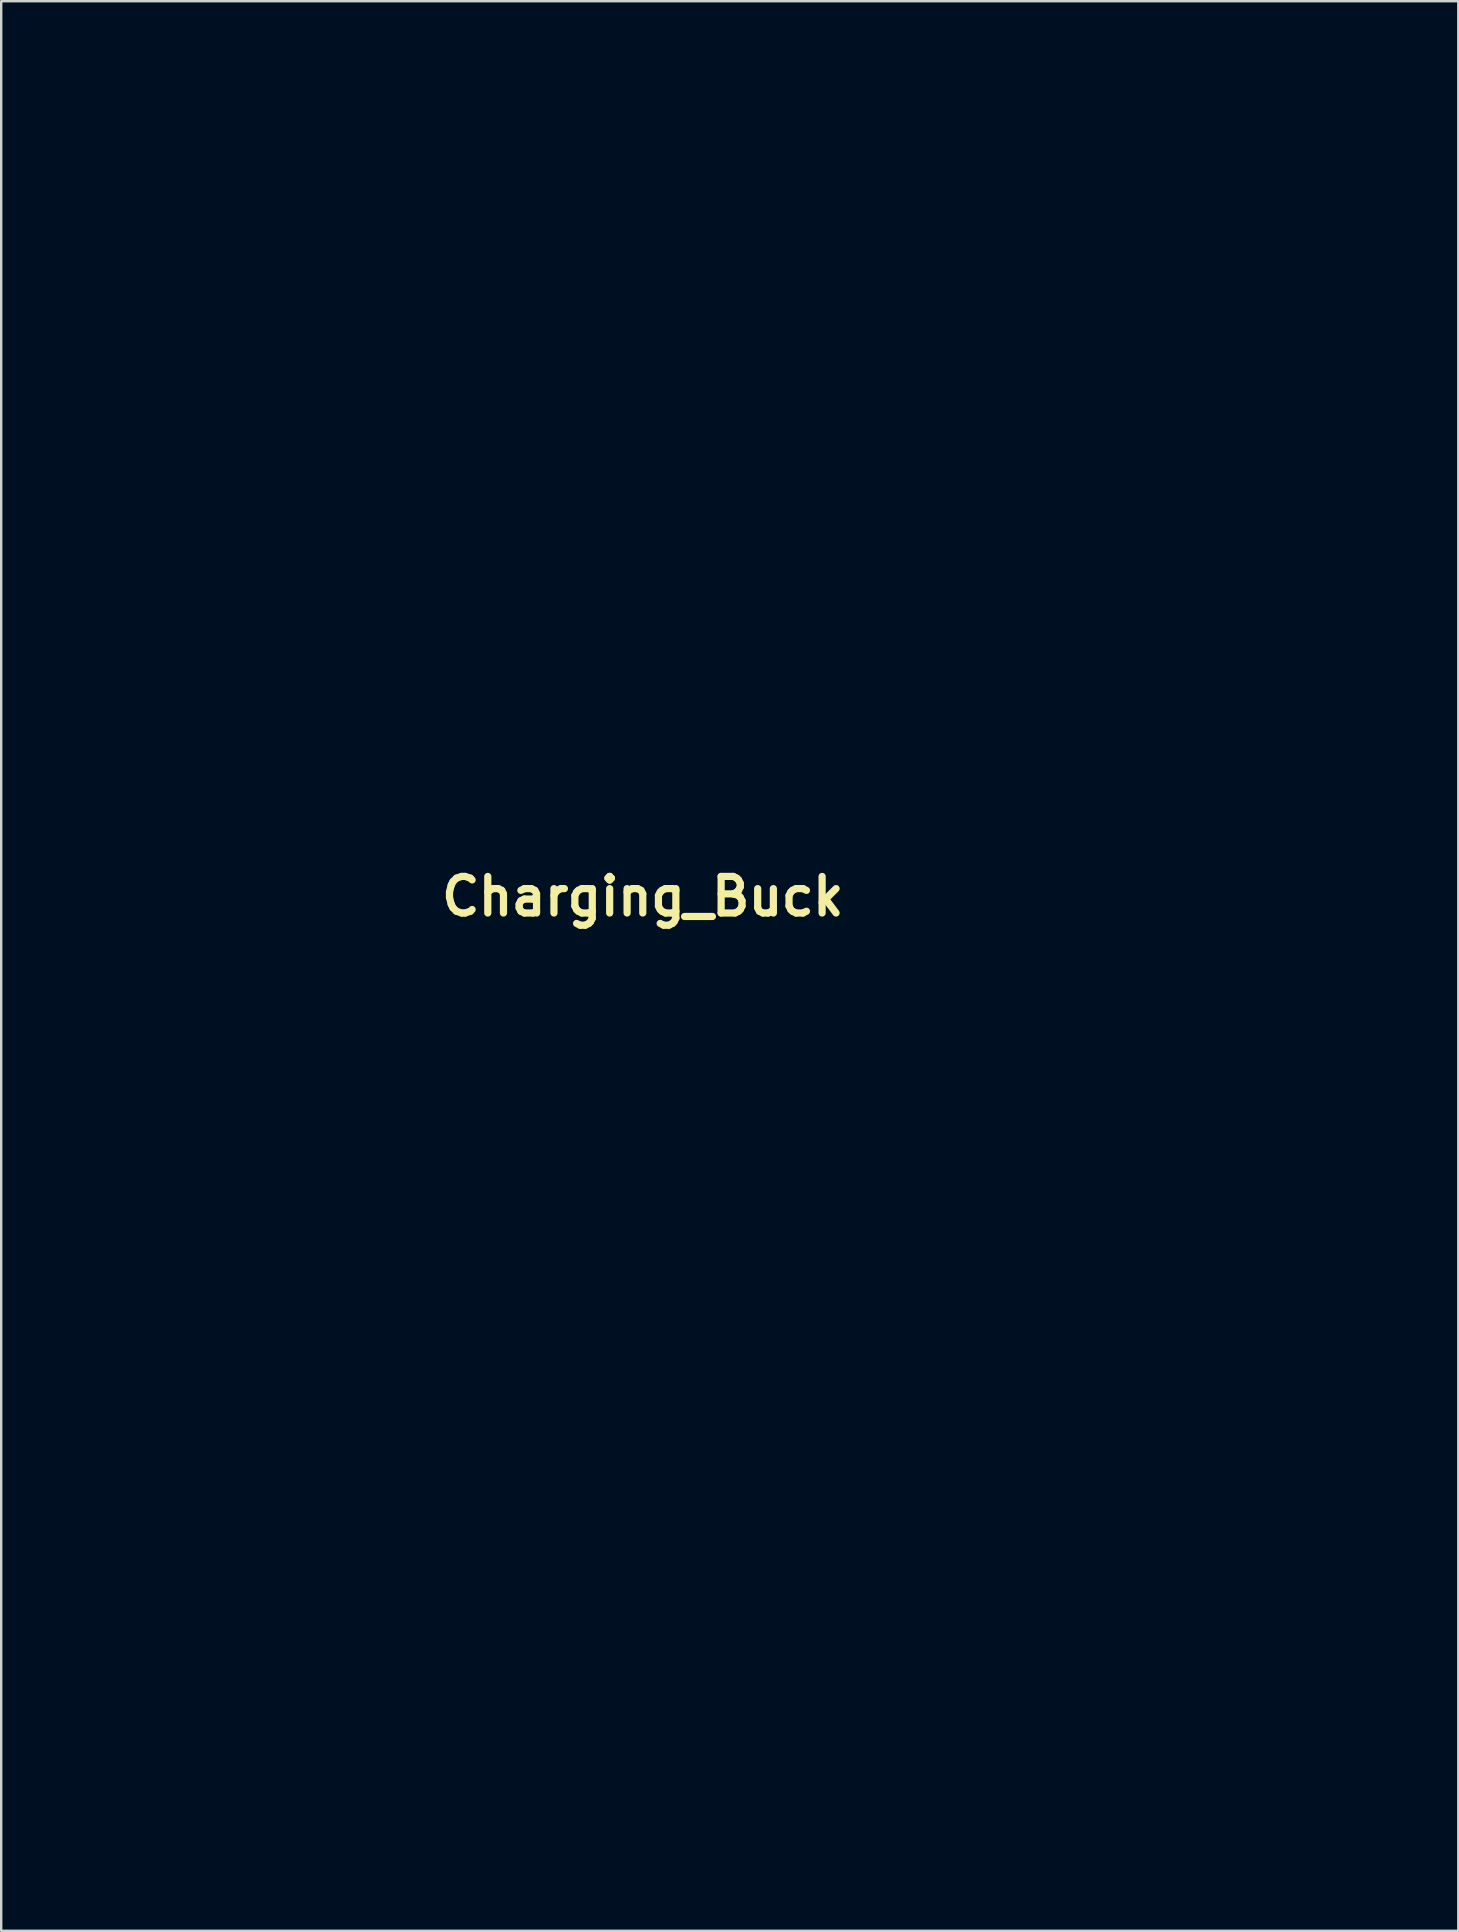
<source format=kicad_pcb>
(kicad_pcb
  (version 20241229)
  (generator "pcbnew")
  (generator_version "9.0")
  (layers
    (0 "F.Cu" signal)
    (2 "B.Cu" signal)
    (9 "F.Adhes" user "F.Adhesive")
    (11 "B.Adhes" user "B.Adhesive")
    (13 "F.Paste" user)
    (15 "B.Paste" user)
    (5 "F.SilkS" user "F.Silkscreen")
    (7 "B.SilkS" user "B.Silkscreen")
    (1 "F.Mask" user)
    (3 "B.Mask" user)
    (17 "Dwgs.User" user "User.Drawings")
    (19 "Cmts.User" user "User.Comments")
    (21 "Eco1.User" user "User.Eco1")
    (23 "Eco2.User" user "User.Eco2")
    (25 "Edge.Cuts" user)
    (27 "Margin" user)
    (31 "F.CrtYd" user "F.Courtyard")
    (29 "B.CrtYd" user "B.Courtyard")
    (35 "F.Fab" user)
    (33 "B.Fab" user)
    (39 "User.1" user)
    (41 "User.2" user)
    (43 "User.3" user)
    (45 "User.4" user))
  (footprint "Charging_Buck"
    (layer "F.Cu")
    (at 23.739 34.312)
    (property "Reference" "Charging_Buck" (at 0 0 0) (layer "F.SilkS") (effects (font (size 1.524 1.524) (thickness 0.3))))
    (attr board_only exclude_from_pos_files exclude_from_bom)
    (fp_poly (pts (xy -2.919 25.442) (xy -2.166 25.535) (xy -2.041 25.731) (xy -2.367 26.04) (xy -2.856 26.768) (xy -3.478 28.26) (xy -4.193 30.406) (xy -4.702 32.154) (xy -5.406 34.724) (xy -5.872 36.575) (xy -6.114 37.844) (xy -6.147 38.665) (xy -5.985 39.175) (xy -5.64 39.511) (xy -5.459 39.624) (xy -5.264 39.865) (xy -5.758 40.006) (xy -7.022 40.06) (xy -7.798 40.062) (xy -9.379 40.028) (xy -10.166 39.935) (xy -10.256 39.761) (xy -9.97 39.586) (xy -9.533 39.22) (xy -9.095 38.48) (xy -8.61 37.24) (xy -8.026 35.375) (xy -7.325 32.875) (xy -6.669 30.436) (xy -6.233 28.713) (xy -5.999 27.562) (xy -5.949 26.841) (xy -6.065 26.406) (xy -6.33 26.114) (xy -6.464 26.011) (xy -6.817 25.684) (xy -6.664 25.502) (xy -5.873 25.424) (xy -4.43 25.414)) (stroke (width 0) (type solid)) (fill yes) (layer "F.Mask"))
    (fp_poly (pts (xy 19.024 25.497) (xy 19.031 25.497) (xy 24.397 25.623) (xy 13.832 38.991) (xy 15.939 39.132) (xy 18.373 39.15) (xy 20.11 38.804) (xy 21.282 38.053) (xy 21.76 37.407) (xy 22.424 36.451) (xy 22.896 36.129) (xy 23.053 36.475) (xy 22.92 37.097) (xy 22.55 38.308) (xy 22.219 39.142) (xy 21.769 39.67) (xy 21.04 39.961) (xy 19.873 40.084) (xy 18.109 40.109) (xy 16.03 40.105) (xy 10.204 40.105) (xy 12.913 36.652) (xy 14.51 34.614) (xy 16.318 32.301) (xy 18.002 30.142) (xy 18.354 29.69) (xy 21.085 26.183) (xy 17.841 26.366) (xy 16.103 26.498) (xy 14.987 26.716) (xy 14.223 27.11) (xy 13.543 27.773) (xy 13.461 27.868) (xy 12.324 29.188) (xy 12.632 27.642) (xy 12.935 26.503) (xy 13.267 25.774) (xy 13.302 25.734) (xy 13.865 25.603) (xy 15.132 25.515) (xy 16.914 25.477)) (stroke (width 0) (type solid)) (fill yes) (layer "F.Mask"))
    (fp_poly (pts (xy 8.521 25.41) (xy 10.189 25.452) (xy 11.223 25.541) (xy 11.749 25.693) (xy 11.896 25.924) (xy 11.855 26.11) (xy 11.528 27.109) (xy 11.313 27.892) (xy 10.918 28.779) (xy 10.503 28.877) (xy 10.261 28.184) (xy 10.249 27.899) (xy 9.9 26.871) (xy 8.838 26.359) (xy 7.997 26.291) (xy 7.675 26.32) (xy 7.4 26.485) (xy 7.127 26.9) (xy 6.812 27.68) (xy 6.412 28.94) (xy 5.881 30.795) (xy 5.175 33.361) (xy 4.918 34.303) (xy 4.349 36.535) (xy 4.074 38.062) (xy 4.096 39.023) (xy 4.418 39.555) (xy 5.013 39.791) (xy 5.079 39.882) (xy 4.392 39.958) (xy 3.091 40.007) (xy 2.451 40.016) (xy 0.672 39.998) (xy -0.235 39.902) (xy -0.289 39.725) (xy -0.157 39.663) (xy 0.735 39.152) (xy 1.107 38.78) (xy 1.321 38.2) (xy 1.702 36.957) (xy 2.194 35.253) (xy 2.744 33.286) (xy 3.296 31.259) (xy 3.794 29.371) (xy 4.185 27.823) (xy 4.414 26.816) (xy 4.45 26.567) (xy 4.115 26.261) (xy 3.265 26.32) (xy 2.156 26.663) (xy 1.043 27.21) (xy 0.182 27.877) (xy 0.12 27.948) (xy -0.931 29.188) (xy -0.636 27.628) (xy -0.387 26.495) (xy -0.166 25.777) (xy -0.144 25.734) (xy 0.349 25.612) (xy 1.565 25.51) (xy 3.333 25.436) (xy 5.485 25.402) (xy 6.09 25.4)) (stroke (width 0) (type solid)) (fill yes) (layer "F.Mask"))
    (fp_poly (pts (xy -11.392 25.476) (xy -10.373 25.645) (xy -9.875 25.988) (xy -9.772 26.562) (xy -9.942 27.426) (xy -10.084 27.962) (xy -10.493 28.813) (xy -10.909 28.852) (xy -11.135 28.092) (xy -11.14 27.899) (xy -11.333 27.049) (xy -12.01 26.548) (xy -13.322 26.323) (xy -14.487 26.291) (xy -16.424 26.291) (xy -17.125 28.699) (xy -17.57 30.252) (xy -17.735 31.133) (xy -17.567 31.531) (xy -17.01 31.637) (xy -16.29 31.639) (xy -14.864 31.363) (xy -14.072 30.663) (xy -13.455 29.952) (xy -13.177 30.051) (xy -13.24 30.944) (xy -13.648 32.617) (xy -13.663 32.669) (xy -14.178 34.195) (xy -14.632 35.03) (xy -14.971 35.122) (xy -15.141 34.421) (xy -15.151 34.063) (xy -15.238 33.321) (xy -15.672 33.036) (xy -16.711 33.051) (xy -16.815 33.06) (xy -17.716 33.17) (xy -18.269 33.448) (xy -18.634 34.102) (xy -18.971 35.337) (xy -19.133 36.035) (xy -19.467 37.577) (xy -19.571 38.495) (xy -19.431 39.03) (xy -19.033 39.422) (xy -18.943 39.489) (xy -18.593 39.812) (xy -18.735 39.999) (xy -19.5 40.084) (xy -21.019 40.105) (xy -21.131 40.105) (xy -22.712 40.094) (xy -23.537 40.025) (xy -23.739 39.85) (xy -23.453 39.518) (xy -23.227 39.325) (xy -22.659 38.526) (xy -22.007 36.984) (xy -21.252 34.646) (xy -20.727 32.788) (xy -20.149 30.634) (xy -19.667 28.788) (xy -19.325 27.419) (xy -19.167 26.701) (xy -19.161 26.647) (xy -19.525 26.205) (xy -20.164 25.86) (xy -20.26 25.679) (xy -19.513 25.547) (xy -17.907 25.464) (xy -15.485 25.428) (xy -13.055 25.424)) (stroke (width 0) (type solid)) (fill yes) (layer "F.Mask"))
    (fp_poly (pts (xy 28.573 -33.99) (xy 28.149 -33.175) (xy 27.837 -32.69) (xy 26.981 -31.213) (xy 26.801 -30.286) (xy 27.295 -29.88) (xy 27.588 -29.856) (xy 28.378 -30.189) (xy 29.35 -30.995) (xy 30.223 -31.988) (xy 30.716 -32.881) (xy 30.747 -33.084) (xy 30.906 -33.381) (xy 30.989 -33.328) (xy 30.967 -32.815) (xy 30.619 -31.823) (xy 30.44 -31.426) (xy 29.38 -29.947) (xy 27.672 -28.765) (xy 27.531 -28.693) (xy 25.997 -27.686) (xy 24.807 -26.317) (xy 23.851 -24.413) (xy 23.019 -21.805) (xy 22.95 -21.543) (xy 22.597 -20.052) (xy 22.514 -19.109) (xy 22.702 -18.413) (xy 22.98 -17.937) (xy 23.66 -17.188) (xy 24.306 -17.181) (xy 25.008 -17.96) (xy 25.71 -19.264) (xy 26.624 -20.785) (xy 27.686 -21.983) (xy 28.695 -22.653) (xy 29.064 -22.726) (xy 29.431 -22.517) (xy 29.222 -22.084) (xy 28.585 -21.723) (xy 28.554 -21.715) (xy 27.885 -21.212) (xy 27.112 -20.199) (xy 26.417 -18.986) (xy 25.984 -17.885) (xy 25.948 -17.295) (xy 26.339 -17.27) (xy 27.149 -17.739) (xy 27.601 -18.093) (xy 28.486 -18.81) (xy 28.811 -18.961) (xy 28.681 -18.577) (xy 28.571 -18.366) (xy 27.353 -16.934) (xy 25.597 -16.201) (xy 23.748 -16.115) (xy 21.612 -16.265) (xy 21.475 -14.11) (xy 21.579 -12.077) (xy 22.136 -10.673) (xy 23.068 -9.963) (xy 24.299 -10.011) (xy 25.563 -10.727) (xy 26.402 -11.275) (xy 26.71 -11.256) (xy 26.509 -10.797) (xy 25.823 -10.029) (xy 25.366 -9.62) (xy 23.868 -8.665) (xy 22.647 -8.546) (xy 21.975 -8.951) (xy 21.425 -9.195) (xy 21.117 -8.661) (xy 21.079 -7.438) (xy 21.188 -6.474) (xy 21.594 -4.769) (xy 22.205 -3.903) (xy 23.077 -3.838) (xy 24.082 -4.399) (xy 24.924 -4.923) (xy 25.376 -5.011) (xy 25.4 -4.947) (xy 25.061 -4.374) (xy 24.259 -3.635) (xy 23.317 -2.984) (xy 22.558 -2.676) (xy 22.512 -2.674) (xy 21.548 -3.093) (xy 20.779 -4.265) (xy 20.272 -6.059) (xy 20.132 -7.23) (xy 19.933 -9.97) (xy 18.84 -7.102) (xy 18.137 -5.178) (xy 17.45 -3.17) (xy 17.044 -1.894) (xy 16.574 -0.604) (xy 16.105 0.246) (xy 15.845 0.446) (xy 15.087 0.083) (xy 14.402 -0.748) (xy 14.063 -1.662) (xy 14.101 -2.011) (xy 14.149 -2.792) (xy 14.006 -4.12) (xy 13.766 -5.399) (xy 13.189 -7.326) (xy 12.468 -8.419) (xy 11.549 -8.729) (xy 10.583 -8.423) (xy 9.337 -7.708) (xy 8.875 -7.132) (xy 9.162 -6.479) (xy 10.129 -5.564) (xy 11.112 -4.67) (xy 11.529 -4.03) (xy 11.494 -3.325) (xy 11.229 -2.53) (xy 10.895 -1.271) (xy 11.026 -0.39) (xy 11.187 -0.09) (xy 11.423 0.541) (xy 11.312 1.343) (xy 10.8 2.564) (xy 10.501 3.167) (xy 9.213 5.594) (xy 8.14 7.302) (xy 7.184 8.408) (xy 6.242 9.026) (xy 5.216 9.273) (xy 5.187 9.275) (xy 3.756 9.191) (xy 2.688 8.755) (xy 2.231 8.075) (xy 2.228 8.015) (xy 2.624 7.741) (xy 3.629 7.432) (xy 4.303 7.289) (xy 5.708 6.895) (xy 6.432 6.386) (xy 6.49 6.239) (xy 6.73 5.42) (xy 7.188 4.209) (xy 7.338 3.851) (xy 7.747 2.744) (xy 7.893 2.027) (xy 7.864 1.922) (xy 7.448 2.076) (xy 6.605 2.693) (xy 5.911 3.289) (xy 4.009 4.767) (xy 2.463 5.439) (xy 1.259 5.311) (xy 1.202 5.281) (xy 0.519 4.702) (xy 0.721 4.226) (xy 1.806 3.855) (xy 2.117 3.796) (xy 3.655 3.221) (xy 4.957 1.975) (xy 5.013 1.902) (xy 5.911 0.577) (xy 6.17 -0.348) (xy 5.804 -1.076) (xy 5.236 -1.543) (xy 4.437 -1.984) (xy 3.949 -1.832) (xy 3.788 -1.641) (xy 2.497 -0.604) (xy 0.607 -0.063) (xy -0.416 0) (xy -1.572 0.053) (xy -2.091 0.329) (xy -2.225 1.005) (xy -2.228 1.27) (xy -2.658 3.77) (xy -3.892 6.131) (xy -4.738 7.149) (xy -5.616 8.162) (xy -6.156 8.96) (xy -6.239 9.203) (xy -5.98 9.794) (xy -5.316 10.806) (xy -4.721 11.596) (xy -3.915 12.753) (xy -3.456 13.689) (xy -3.414 14.065) (xy -3.315 14.755) (xy -3.15 14.909) (xy -2.827 15.516) (xy -2.675 16.603) (xy -2.674 16.737) (xy -2.761 17.781) (xy -3.149 18.203) (xy -3.777 18.27) (xy -4.896 17.879) (xy -5.749 16.924) (xy -6.101 15.732) (xy -6.024 15.177) (xy -6.055 14.405) (xy -6.557 13.204) (xy -7.58 11.468) (xy -7.968 10.869) (xy -9.018 9.234) (xy -9.626 8.147) (xy -9.861 7.427) (xy -9.789 6.891) (xy -9.589 6.52) (xy -8.939 4.983) (xy -8.582 3.097) (xy -8.603 1.359) (xy -8.665 1.053) (xy -8.961 -0.127) (xy -10.509 1.373) (xy -11.438 2.513) (xy -12.581 4.273) (xy -13.83 6.445) (xy -15.074 8.822) (xy -16.203 11.195) (xy -17.105 13.354) (xy -17.557 14.675) (xy -17.967 16.563) (xy -18.225 18.71) (xy -18.27 19.822) (xy -18.413 21.836) (xy -18.825 23.098) (xy -19.483 23.569) (xy -20.275 23.277) (xy -21.219 22.424) (xy -21.567 21.537) (xy -21.353 20.365) (xy -20.804 19.067) (xy -19.966 16.707) (xy -19.538 13.924) (xy -19.496 13.311) (xy -19.247 10.941) (xy -18.782 9.226) (xy -18.364 8.396) (xy -17.318 6.075) (xy -16.703 3.151) (xy -16.499 -0.414) (xy -16.423 -2.27) (xy -16.234 -3.969) (xy -15.974 -5.145) (xy -15.971 -5.155) (xy -15.691 -6.252) (xy -15.916 -7.098) (xy -16.416 -7.809) (xy -17.132 -8.94) (xy -17.369 -9.813) (xy -17.083 -10.236) (xy -16.96 -10.249) (xy -16.347 -9.93) (xy -16.309 -9.875) (xy -15.788 -9.767) (xy -14.655 -9.852) (xy -13.275 -10.089) (xy -11.598 -10.403) (xy -10.107 -10.62) (xy -9.295 -10.685) (xy -8.045 -11.051) (xy -6.527 -12.03) (xy -4.932 -13.469) (xy -3.448 -15.217) (xy -3.177 -15.596) (xy -1.202 -18.074) (xy 0.857 -19.965) (xy 2.864 -21.152) (xy 3.446 -21.355) (xy 5.001 -21.446) (xy 6.274 -21.029) (xy 7.728 -20.57) (xy 9.42 -20.312) (xy 9.804 -20.295) (xy 11.817 -19.952) (xy 13.529 -18.928) (xy 15.108 -17.121) (xy 15.196 -16.994) (xy 16.226 -15.495) (xy 16.73 -16.99) (xy 17.083 -17.946) (xy 17.339 -18.142) (xy 17.67 -17.667) (xy 17.752 -17.515) (xy 18.145 -16.325) (xy 18.27 -15.247) (xy 18.397 -14.019) (xy 18.712 -12.729) (xy 19.121 -11.675) (xy 19.527 -11.155) (xy 19.593 -11.14) (xy 19.801 -11.548) (xy 20.03 -12.621) (xy 20.232 -14.138) (xy 20.25 -14.315) (xy 20.802 -18.048) (xy 21.674 -21.652) (xy 22.791 -24.847) (xy 23.67 -26.679) (xy 24.585 -28.354) (xy 25.472 -30.027) (xy 25.953 -30.97) (xy 26.892 -32.633) (xy 27.778 -33.796) (xy 28.488 -34.302) (xy 28.575 -34.312)) (stroke (width 0) (type solid)) (fill yes) (layer "F.Mask")))
  (gr_rect
    (start -3 -3)
    (end 57.728 77.421)
    (stroke (width 0.1) (type default))
    (fill no)
    (layer "Edge.Cuts")))
</source>
